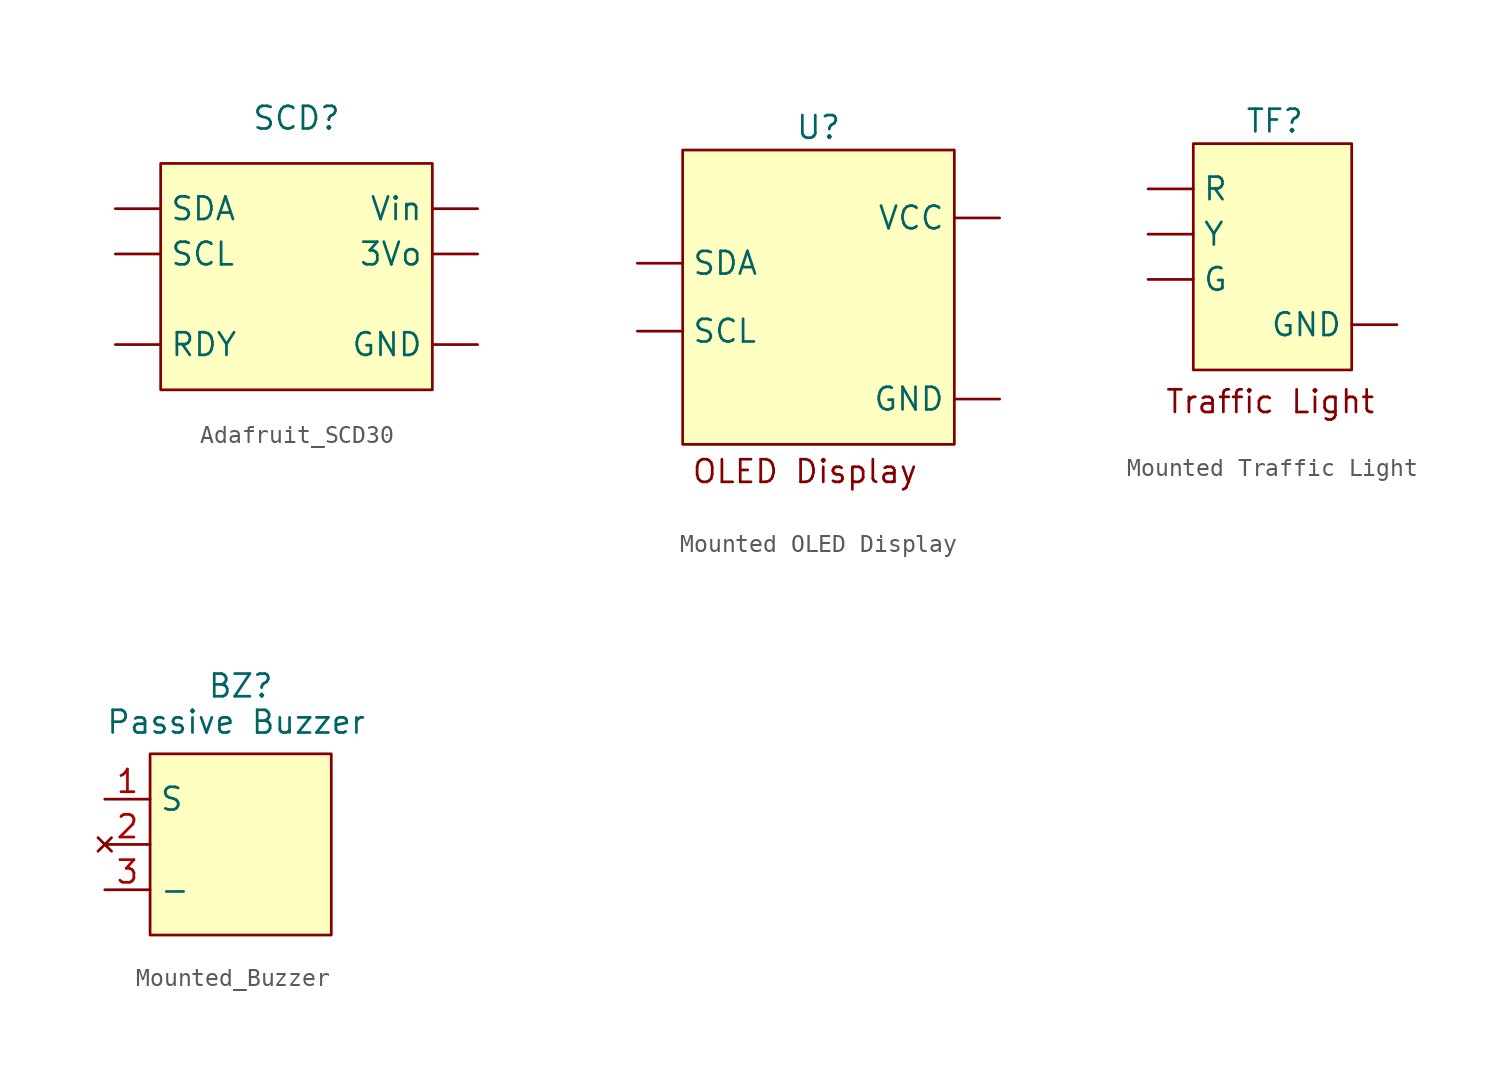
<source format=kicad_sym>
(kicad_symbol_lib
  (version 20231120)
  (generator "kicad_symbol_editor")
  (generator_version "8.0")
  (symbol "Adafruit_SCD30"
    (property "Reference" "SCD"
      (at 0 0 0)
      (effects (font (size 1.27 1.27))))
    (property "Value" ""
      (at 0 0 0)
      (effects (font (size 1.27 1.27))))
    (symbol "Adafruit_SCD30_0_1"
      (rectangle (start -7.62 -2.54) (end 7.62 -15.24) (stroke (width 0) (type default)) (fill (type background))))
    (symbol "Adafruit_SCD30_1_1"
      (pin power_out line (at 10.16 -7.62 180) (length 2.54) (name "3Vo" (effects (font (size 1.27 1.27)))) (number "" (effects (font (size 1.27 1.27)))))
      (pin power_in line (at 10.16 -12.7 180) (length 2.54) (name "GND" (effects (font (size 1.27 1.27)))) (number "" (effects (font (size 1.27 1.27)))))
      (pin bidirectional line (at -10.16 -12.7 0) (length 2.54) (name "RDY" (effects (font (size 1.27 1.27)))) (number "" (effects (font (size 1.27 1.27)))))
      (pin bidirectional line (at -10.16 -7.62 0) (length 2.54) (name "SCL" (effects (font (size 1.27 1.27)))) (number "" (effects (font (size 1.27 1.27)))))
      (pin bidirectional line (at -10.16 -5.08 0) (length 2.54) (name "SDA" (effects (font (size 1.27 1.27)))) (number "" (effects (font (size 1.27 1.27)))))
      (pin power_in line (at 10.16 -5.08 180) (length 2.54) (name "Vin" (effects (font (size 1.27 1.27)))) (number "" (effects (font (size 1.27 1.27)))))))
  (symbol "Mounted OLED Display"
    (property "Reference" "U"
      (at 0 0 0)
      (effects (font (size 1.27 1.27))))
    (property "Value" ""
      (at 1.27 0 0)
      (effects (font (size 1.27 1.27))))
    (symbol "Mounted OLED Display_0_1"
      (rectangle (start -7.62 -1.27) (end 7.62 -17.78) (stroke (width 0) (type default)) (fill (type background))))
    (symbol "Mounted OLED Display_1_1"
      (text "OLED Display" (at -0.762 -19.304 0) (effects (font (size 1.27 1.27))))
      (pin power_in line (at 10.16 -15.24 180) (length 2.54) (name "GND" (effects (font (size 1.27 1.27)))) (number "" (effects (font (size 1.27 1.27)))))
      (pin power_in line (at -10.16 -11.43 0) (length 2.54) (name "SCL" (effects (font (size 1.27 1.27)))) (number "" (effects (font (size 1.27 1.27)))))
      (pin power_in line (at -10.16 -7.62 0) (length 2.54) (name "SDA" (effects (font (size 1.27 1.27)))) (number "" (effects (font (size 1.27 1.27)))))
      (pin power_in line (at 10.16 -5.08 180) (length 2.54) (name "VCC" (effects (font (size 1.27 1.27)))) (number "" (effects (font (size 1.27 1.27)))))))
  (symbol "Mounted Traffic Light"
    (property "Reference" "TF"
      (at -0.508 0 0)
      (effects (font (size 1.27 1.27))))
    (property "Value" ""
      (at 0 0 0)
      (effects (font (size 1.27 1.27))))
    (symbol "Mounted Traffic Light_0_1"
      (rectangle (start -5.08 -1.27) (end 3.81 -13.97) (stroke (width 0) (type default)) (fill (type background))))
    (symbol "Mounted Traffic Light_1_1"
      (text "Traffic Light" (at -0.762 -15.748 0) (effects (font (size 1.27 1.27))))
      (pin power_in line (at -7.62 -8.89 0) (length 2.54) (name "G" (effects (font (size 1.27 1.27)))) (number "" (effects (font (size 1.27 1.27)))))
      (pin power_in line (at 6.35 -11.43 180) (length 2.54) (name "GND" (effects (font (size 1.27 1.27)))) (number "" (effects (font (size 1.27 1.27)))))
      (pin power_in line (at -7.62 -3.81 0) (length 2.54) (name "R" (effects (font (size 1.27 1.27)))) (number "" (effects (font (size 1.27 1.27)))))
      (pin power_in line (at -7.62 -6.35 0) (length 2.54) (name "Y" (effects (font (size 1.27 1.27)))) (number "" (effects (font (size 1.27 1.27)))))))
  (symbol "Mounted_Buzzer"
    (property "Reference" "BZ"
      (at 0 0 0)
      (effects (font (size 1.27 1.27))))
    (property "Value" "Passive Buzzer"
      (at -0.254 -2.032 0)
      (effects (font (size 1.27 1.27))))
    (symbol "Mounted_Buzzer_0_1"
      (rectangle (start -5.08 -3.81) (end 5.08 -13.97) (stroke (width 0) (type default)) (fill (type background))))
    (symbol "Mounted_Buzzer_1_1"
      (pin power_in line (at -7.62 -6.35 0) (length 2.54) (name "S" (effects (font (size 1.27 1.27)))) (number "1" (effects (font (size 1.27 1.27)))))
      (pin no_connect line (at -7.62 -8.89 0) (length 2.54) (name "" (effects (font (size 1.27 1.27)))) (number "2" (effects (font (size 1.27 1.27)))))
      (pin power_in line (at -7.62 -11.43 0) (length 2.54) (name "-" (effects (font (size 1.27 1.27)))) (number "3" (effects (font (size 1.27 1.27))))))))
</source>
